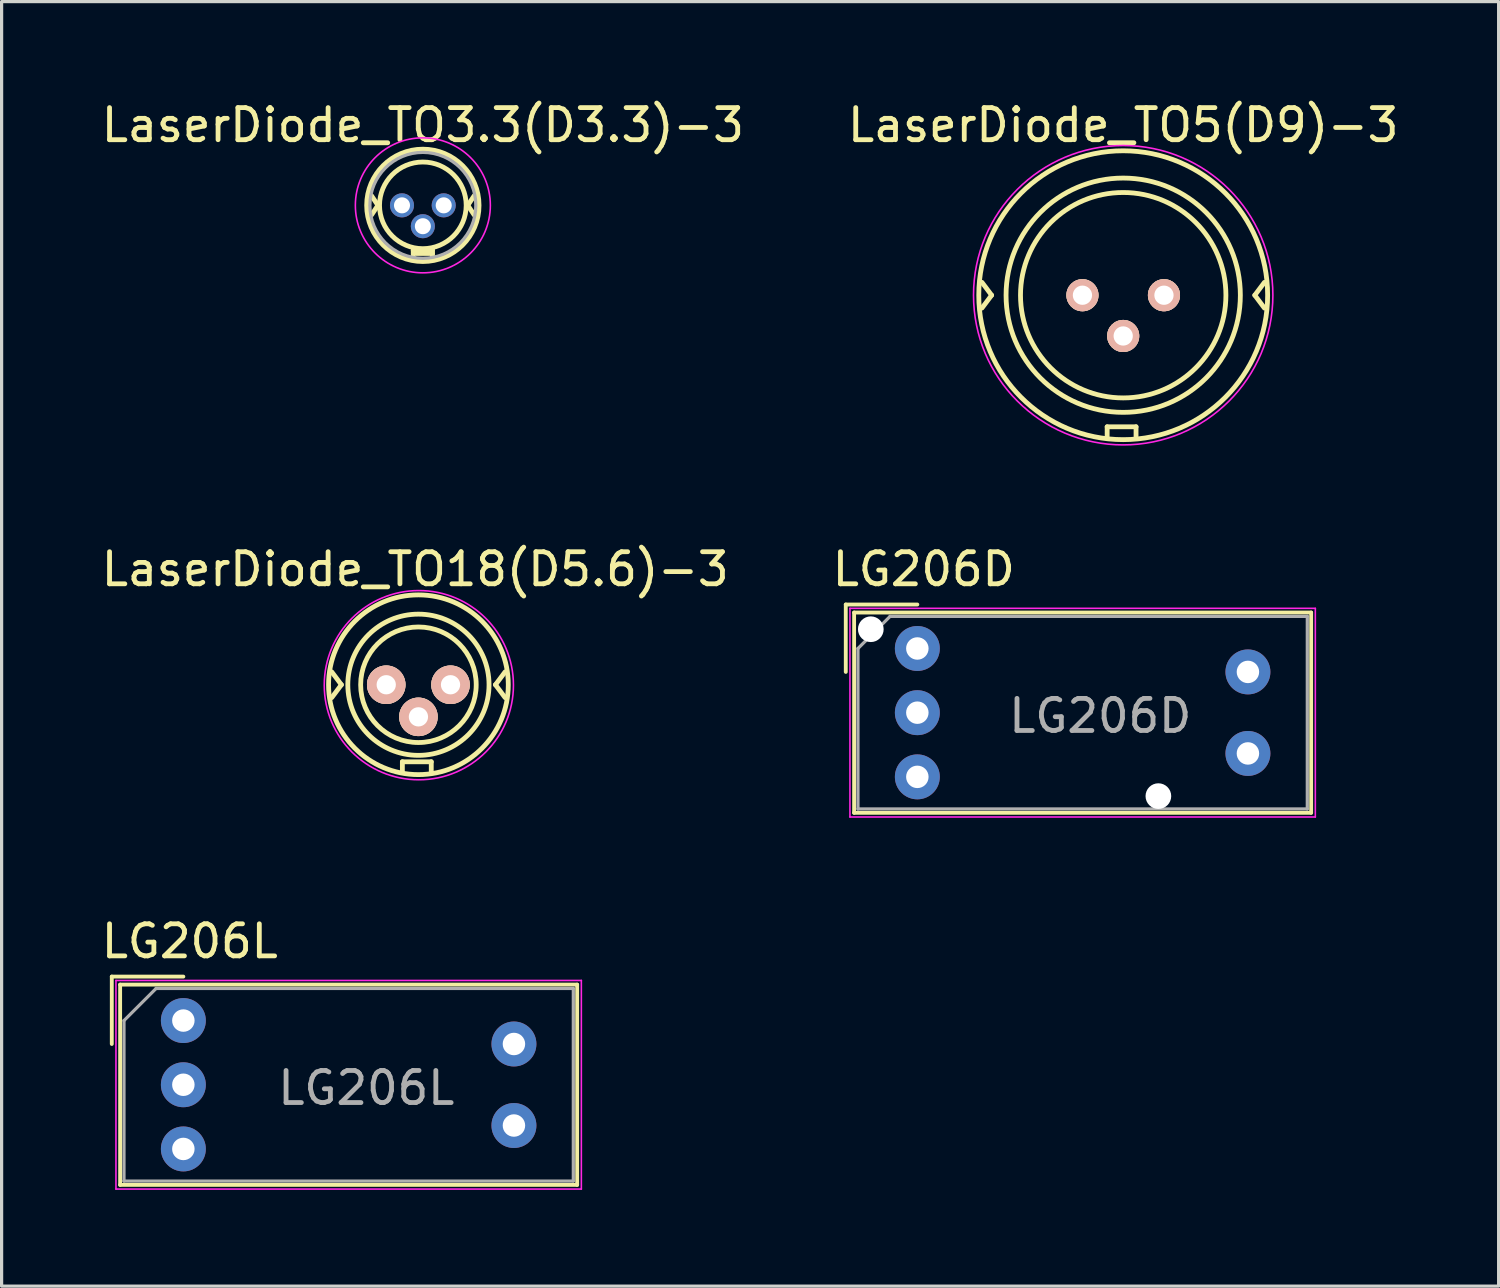
<source format=kicad_pcb>
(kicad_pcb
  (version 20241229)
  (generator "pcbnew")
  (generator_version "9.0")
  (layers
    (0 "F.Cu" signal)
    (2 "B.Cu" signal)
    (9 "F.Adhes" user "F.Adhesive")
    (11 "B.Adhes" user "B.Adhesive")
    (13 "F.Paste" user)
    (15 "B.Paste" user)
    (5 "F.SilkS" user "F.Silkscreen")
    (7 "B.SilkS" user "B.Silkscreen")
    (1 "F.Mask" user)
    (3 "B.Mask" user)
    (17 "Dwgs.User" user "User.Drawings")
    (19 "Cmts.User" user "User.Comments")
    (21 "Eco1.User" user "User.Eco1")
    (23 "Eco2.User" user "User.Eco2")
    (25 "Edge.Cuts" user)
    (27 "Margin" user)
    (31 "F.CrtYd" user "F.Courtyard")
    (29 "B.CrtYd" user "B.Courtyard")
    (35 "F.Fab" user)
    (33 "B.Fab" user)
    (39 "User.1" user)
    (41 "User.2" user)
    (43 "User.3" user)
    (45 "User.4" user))
  (footprint "LaserDiode_TO5(D9)-3"
    (layer "F.Cu")
    (at 30.676 6.148)
    (property "Reference" "LaserDiode_TO5(D9)-3" (at 1.27 -5.3 0) (layer "F.SilkS") (effects (font (size 1 1) (thickness 0.15))))
    (attr through_hole)
    (fp_line (start -2.83 0) (end -3.13 -0.4) (stroke (width 0.15) (type solid)) (layer "F.SilkS"))
    (fp_line (start -2.83 0) (end -3.13 0.4) (stroke (width 0.15) (type solid)) (layer "F.SilkS"))
    (fp_line (start 0.77 4.1) (end 1.67 4.1) (stroke (width 0.15) (type solid)) (layer "F.SilkS"))
    (fp_line (start 0.77 4.4) (end 0.77 4.1) (stroke (width 0.15) (type solid)) (layer "F.SilkS"))
    (fp_line (start 1.67 4.1) (end 1.67 4.4) (stroke (width 0.15) (type solid)) (layer "F.SilkS"))
    (fp_line (start 5.37 0) (end 5.67 0.4) (stroke (width 0.15) (type solid)) (layer "F.SilkS"))
    (fp_line (start 5.67 -0.4) (end 5.37 0) (stroke (width 0.15) (type solid)) (layer "F.SilkS"))
    (fp_circle (center 1.27 0) (end -3.23 0) (stroke (width 0.15) (type solid)) (fill no) (layer "F.SilkS"))
    (fp_circle (center 1.27 0) (end 4.47 0) (stroke (width 0.15) (type solid)) (fill no) (layer "F.SilkS"))
    (fp_circle (center 1.27 0) (end 4.92 0) (stroke (width 0.15) (type solid)) (fill no) (layer "F.SilkS"))
    (fp_circle (center 1.27 0) (end 5.131 2.616) (stroke (width 0.05) (type solid)) (fill no) (layer "F.CrtYd"))
    (pad "1" thru_hole circle (at 0 0) (size 1 1) (drill 0.6) (layers "*.Cu" "*.SilkS" "*.Mask"))
    (pad "2" thru_hole circle (at 1.27 1.27) (size 1 1) (drill 0.6) (layers "*.Cu" "*.SilkS" "*.Mask"))
    (pad "3" thru_hole circle (at 2.54 0) (size 1 1) (drill 0.6) (layers "*.Cu" "*.SilkS" "*.Mask")))
  (footprint "LG206D"
    (layer "F.Cu")
    (at 25.532 17.155)
    (property "Reference" "LG206D" (at 0.2 -2.47 0) (layer "F.SilkS") (effects (font (size 1 1) (thickness 0.15))))
    (attr through_hole)
    (fp_line (start -2.23 -1.37) (end 0 -1.37) (stroke (width 0.12) (type solid)) (layer "F.SilkS"))
    (fp_line (start -2.23 0.73) (end -2.23 -1.37) (stroke (width 0.12) (type solid)) (layer "F.SilkS"))
    (fp_line (start -1.97 -1.12) (end 12.27 -1.12) (stroke (width 0.12) (type solid)) (layer "F.SilkS"))
    (fp_line (start -1.97 5.12) (end -1.97 -1.12) (stroke (width 0.12) (type solid)) (layer "F.SilkS"))
    (fp_line (start 12.27 -1.12) (end 12.27 5.12) (stroke (width 0.12) (type solid)) (layer "F.SilkS"))
    (fp_line (start 12.27 5.12) (end -1.97 5.12) (stroke (width 0.12) (type solid)) (layer "F.SilkS"))
    (fp_line (start -2.1 -1.25) (end 12.4 -1.25) (stroke (width 0.05) (type solid)) (layer "F.CrtYd"))
    (fp_line (start -2.1 5.25) (end -2.1 -1.25) (stroke (width 0.05) (type solid)) (layer "F.CrtYd"))
    (fp_line (start 12.4 -1.25) (end 12.4 5.25) (stroke (width 0.05) (type solid)) (layer "F.CrtYd"))
    (fp_line (start 12.4 5.25) (end -2.1 5.25) (stroke (width 0.05) (type solid)) (layer "F.CrtYd"))
    (fp_line (start -1.85 0) (end -0.85 -1) (stroke (width 0.1) (type solid)) (layer "F.Fab"))
    (fp_line (start -1.85 5) (end -1.85 0) (stroke (width 0.1) (type solid)) (layer "F.Fab"))
    (fp_line (start -1.85 5) (end 12.15 5) (stroke (width 0.1) (type solid)) (layer "F.Fab"))
    (fp_line (start -0.85 -1) (end 12.15 -1) (stroke (width 0.1) (type solid)) (layer "F.Fab"))
    (fp_line (start 12.15 -1) (end 12.15 5) (stroke (width 0.1) (type solid)) (layer "F.Fab"))
    (fp_text user "${REFERENCE}" (at 5.7 2.1 0) (layer "F.Fab") (effects (font (size 1 1) (thickness 0.15))))
    (pad "" np_thru_hole circle (at -1.45 -0.6) (size 0.8 0.8) (drill 0.8) (layers "*.Cu" "*.Mask"))
    (pad "" np_thru_hole circle (at 7.51 4.6) (size 0.8 0.8) (drill 0.8) (layers "*.Cu" "*.Mask"))
    (pad "1" thru_hole circle (at 0 0) (size 1.4 1.4) (drill 0.7) (layers "*.Cu" "*.Mask"))
    (pad "2" thru_hole circle (at 0 2) (size 1.4 1.4) (drill 0.7) (layers "*.Cu" "*.Mask"))
    (pad "3" thru_hole circle (at 0 4) (size 1.4 1.4) (drill 0.7) (layers "*.Cu" "*.Mask"))
    (pad "4" thru_hole circle (at 10.3 3.27) (size 1.4 1.4) (drill 0.7) (layers "*.Cu" "*.Mask"))
    (pad "5" thru_hole circle (at 10.3 0.73) (size 1.4 1.4) (drill 0.7) (layers "*.Cu" "*.Mask")))
  (footprint "LaserDiode_TO3.3(D3.3)-3"
    (layer "F.Cu")
    (at 9.475 3.348)
    (property "Reference" "LaserDiode_TO3.3(D3.3)-3" (at 0.65 -2.5 0) (layer "F.SilkS") (effects (font (size 1 1) (thickness 0.15))))
    (attr through_hole)
    (fp_line (start -0.95 -0.3) (end -0.75 0) (stroke (width 0.15) (type solid)) (layer "F.SilkS"))
    (fp_line (start -0.75 0) (end -0.95 0.3) (stroke (width 0.15) (type solid)) (layer "F.SilkS"))
    (fp_line (start 0.35 1.4) (end 0.95 1.4) (stroke (width 0.15) (type solid)) (layer "F.SilkS"))
    (fp_line (start 0.35 1.6) (end 0.35 1.4) (stroke (width 0.15) (type solid)) (layer "F.SilkS"))
    (fp_line (start 0.95 1.4) (end 0.95 1.6) (stroke (width 0.15) (type solid)) (layer "F.SilkS"))
    (fp_line (start 0.95 1.5) (end 0.45 1.5) (stroke (width 0.15) (type solid)) (layer "F.SilkS"))
    (fp_line (start 2.05 0) (end 2.25 0.3) (stroke (width 0.15) (type solid)) (layer "F.SilkS"))
    (fp_line (start 2.25 -0.3) (end 2.05 0) (stroke (width 0.15) (type solid)) (layer "F.SilkS"))
    (fp_circle (center 0.65 0) (end -1.1 0) (stroke (width 0.15) (type solid)) (fill no) (layer "F.SilkS"))
    (fp_circle (center 0.65 0) (end 2 0) (stroke (width 0.15) (type solid)) (fill no) (layer "F.SilkS"))
    (fp_circle (center 0.65 0) (end 2.5 1) (stroke (width 0.05) (type solid)) (fill no) (layer "F.CrtYd"))
    (fp_circle (center 0.65 0) (end -1 0) (stroke (width 0.1) (type solid)) (fill no) (layer "F.Fab"))
    (pad "1" thru_hole circle (at 0 0) (size 0.75 0.75) (drill 0.5) (layers "*.Cu" "*.Mask"))
    (pad "2" thru_hole circle (at 0.65 0.65) (size 0.75 0.75) (drill 0.5) (layers "*.Cu" "*.Mask"))
    (pad "3" thru_hole circle (at 1.3 0) (size 0.75 0.75) (drill 0.5) (layers "*.Cu" "*.Mask")))
  (footprint "LG206L"
    (layer "F.Cu")
    (at 2.663 28.748)
    (property "Reference" "LG206L" (at 0.2 -2.47 0) (layer "F.SilkS") (effects (font (size 1 1) (thickness 0.15))))
    (attr through_hole)
    (fp_line (start -2.23 -1.37) (end 0 -1.37) (stroke (width 0.12) (type solid)) (layer "F.SilkS"))
    (fp_line (start -2.23 0.73) (end -2.23 -1.37) (stroke (width 0.12) (type solid)) (layer "F.SilkS"))
    (fp_line (start -1.97 -1.12) (end 12.27 -1.12) (stroke (width 0.12) (type solid)) (layer "F.SilkS"))
    (fp_line (start -1.97 5.12) (end -1.97 -1.12) (stroke (width 0.12) (type solid)) (layer "F.SilkS"))
    (fp_line (start 12.27 -1.12) (end 12.27 5.12) (stroke (width 0.12) (type solid)) (layer "F.SilkS"))
    (fp_line (start 12.27 5.12) (end -1.97 5.12) (stroke (width 0.12) (type solid)) (layer "F.SilkS"))
    (fp_line (start -2.1 -1.25) (end 12.4 -1.25) (stroke (width 0.05) (type solid)) (layer "F.CrtYd"))
    (fp_line (start -2.1 5.25) (end -2.1 -1.25) (stroke (width 0.05) (type solid)) (layer "F.CrtYd"))
    (fp_line (start 12.4 -1.25) (end 12.4 5.25) (stroke (width 0.05) (type solid)) (layer "F.CrtYd"))
    (fp_line (start 12.4 5.25) (end -2.1 5.25) (stroke (width 0.05) (type solid)) (layer "F.CrtYd"))
    (fp_line (start -1.85 0) (end -0.85 -1) (stroke (width 0.1) (type solid)) (layer "F.Fab"))
    (fp_line (start -1.85 5) (end -1.85 0) (stroke (width 0.1) (type solid)) (layer "F.Fab"))
    (fp_line (start -1.85 5) (end 12.15 5) (stroke (width 0.1) (type solid)) (layer "F.Fab"))
    (fp_line (start -0.85 -1) (end 12.15 -1) (stroke (width 0.1) (type solid)) (layer "F.Fab"))
    (fp_line (start 12.15 -1) (end 12.15 5) (stroke (width 0.1) (type solid)) (layer "F.Fab"))
    (fp_text user "${REFERENCE}" (at 5.7 2.1 0) (layer "F.Fab") (effects (font (size 1 1) (thickness 0.15))))
    (pad "1" thru_hole circle (at 0 0) (size 1.4 1.4) (drill 0.7) (layers "*.Cu" "*.Mask"))
    (pad "2" thru_hole circle (at 0 2) (size 1.4 1.4) (drill 0.7) (layers "*.Cu" "*.Mask"))
    (pad "3" thru_hole circle (at 0 4) (size 1.4 1.4) (drill 0.7) (layers "*.Cu" "*.Mask"))
    (pad "4" thru_hole circle (at 10.3 3.27) (size 1.4 1.4) (drill 0.7) (layers "*.Cu" "*.Mask"))
    (pad "5" thru_hole circle (at 10.3 0.73) (size 1.4 1.4) (drill 0.7) (layers "*.Cu" "*.Mask")))
  (footprint "LaserDiode_TO18(D5.6)-3"
    (layer "F.Cu")
    (at 8.984 18.285)
    (property "Reference" "LaserDiode_TO18(D5.6)-3" (at 0.903 -3.6 0) (layer "F.SilkS") (effects (font (size 1 1) (thickness 0.15))))
    (attr through_hole)
    (fp_line (start -1.397 0) (end -1.697 -0.4) (stroke (width 0.15) (type solid)) (layer "F.SilkS"))
    (fp_line (start -1.397 0) (end -1.697 0.4) (stroke (width 0.15) (type solid)) (layer "F.SilkS"))
    (fp_line (start 0.503 2.4) (end 1.403 2.4) (stroke (width 0.15) (type solid)) (layer "F.SilkS"))
    (fp_line (start 0.503 2.7) (end 0.503 2.4) (stroke (width 0.15) (type solid)) (layer "F.SilkS"))
    (fp_line (start 1.403 2.4) (end 1.403 2.7) (stroke (width 0.15) (type solid)) (layer "F.SilkS"))
    (fp_line (start 3.403 0) (end 3.703 0.4) (stroke (width 0.15) (type solid)) (layer "F.SilkS"))
    (fp_line (start 3.703 -0.4) (end 3.403 0) (stroke (width 0.15) (type solid)) (layer "F.SilkS"))
    (fp_circle (center 1.003 0) (end -1.797 0) (stroke (width 0.15) (type solid)) (fill no) (layer "F.SilkS"))
    (fp_circle (center 1.003 0) (end 2.803 0) (stroke (width 0.15) (type solid)) (fill no) (layer "F.SilkS"))
    (fp_circle (center 1.003 0) (end 3.203 0) (stroke (width 0.15) (type solid)) (fill no) (layer "F.SilkS"))
    (fp_circle (center 1.016 0.013) (end 3.569 1.486) (stroke (width 0.05) (type solid)) (fill no) (layer "F.CrtYd"))
    (pad "1" thru_hole circle (at 0 0) (size 1.2 1.2) (drill 0.6) (layers "*.Cu" "*.SilkS" "*.Mask"))
    (pad "2" thru_hole circle (at 1.003 1) (size 1.2 1.2) (drill 0.6) (layers "*.Cu" "*.SilkS" "*.Mask"))
    (pad "3" thru_hole circle (at 2.003 0) (size 1.2 1.2) (drill 0.6) (layers "*.Cu" "*.SilkS" "*.Mask")))
  (gr_rect
    (start -3 -3)
    (end 43.643 37.023)
    (stroke (width 0.1) (type default))
    (fill no)
    (layer "Edge.Cuts")))
</source>
